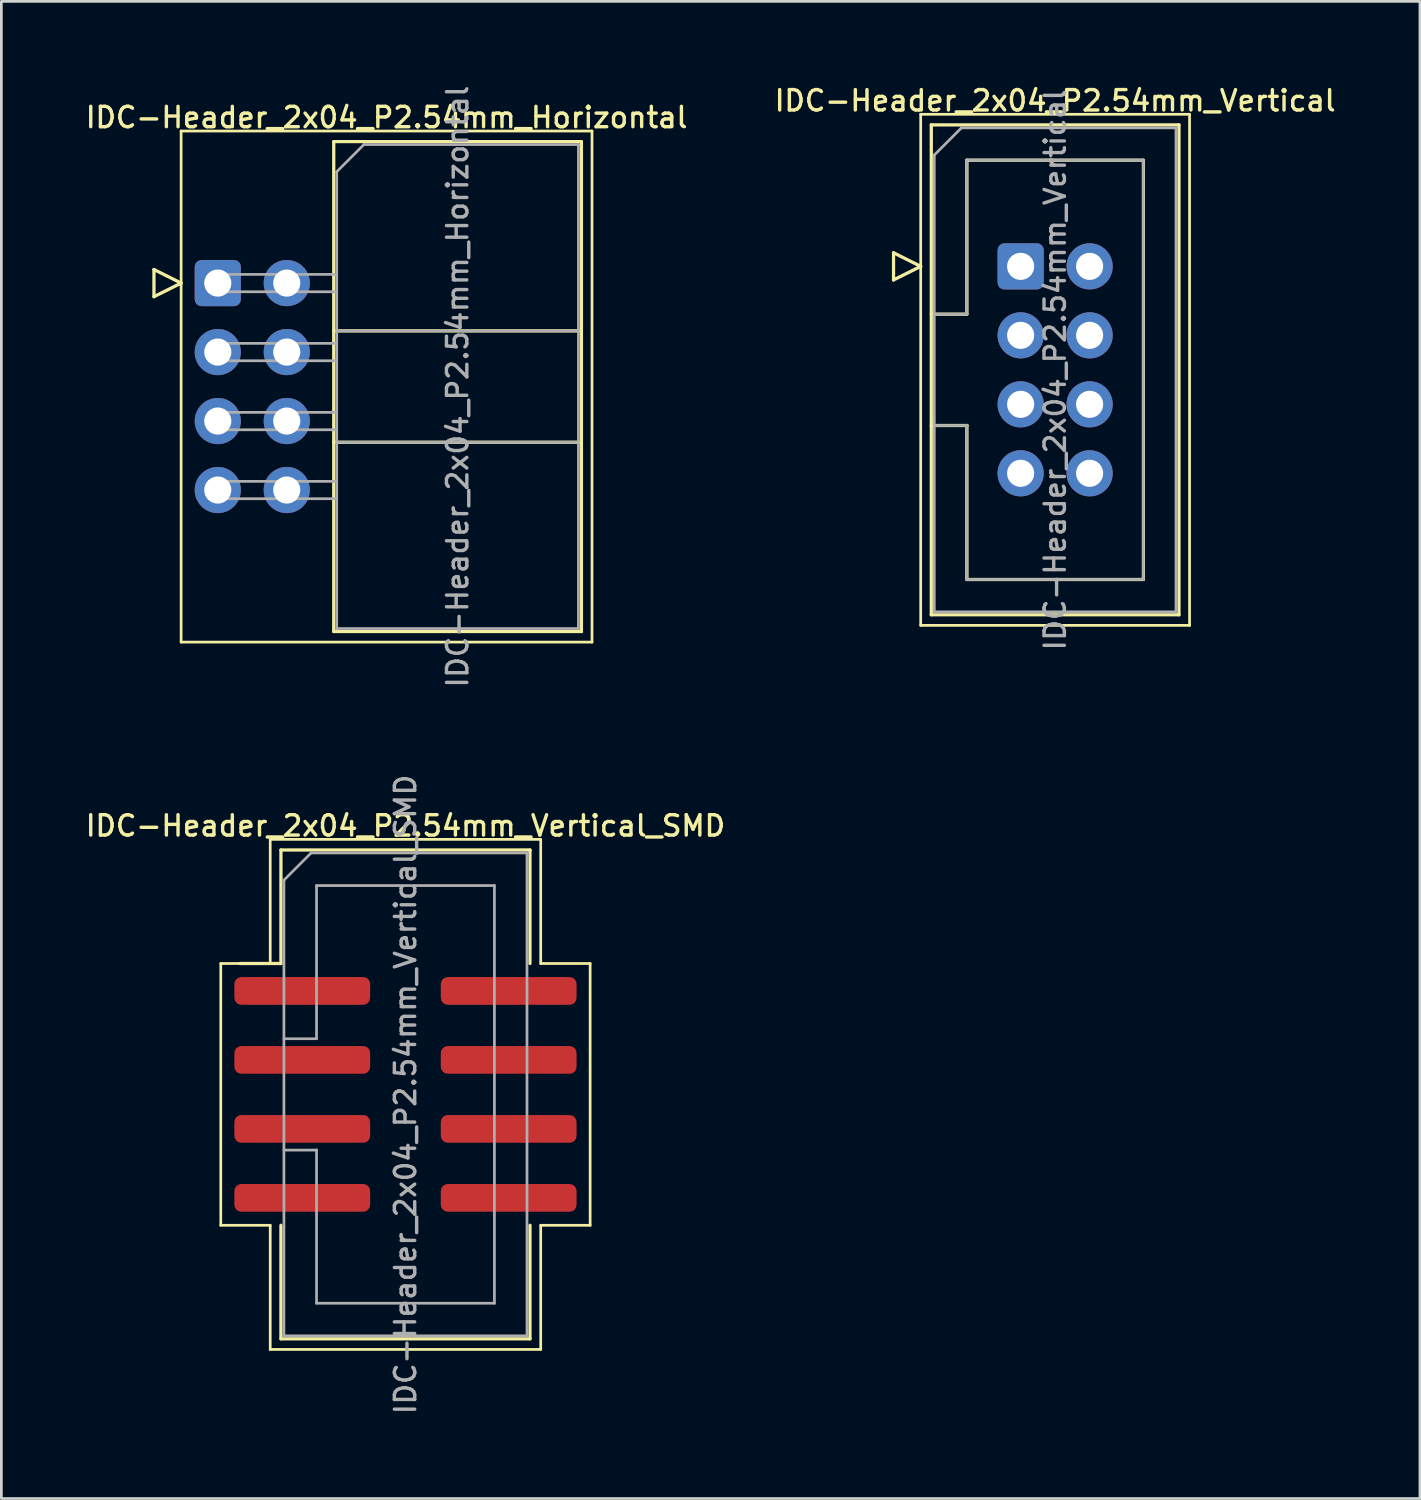
<source format=kicad_pcb>
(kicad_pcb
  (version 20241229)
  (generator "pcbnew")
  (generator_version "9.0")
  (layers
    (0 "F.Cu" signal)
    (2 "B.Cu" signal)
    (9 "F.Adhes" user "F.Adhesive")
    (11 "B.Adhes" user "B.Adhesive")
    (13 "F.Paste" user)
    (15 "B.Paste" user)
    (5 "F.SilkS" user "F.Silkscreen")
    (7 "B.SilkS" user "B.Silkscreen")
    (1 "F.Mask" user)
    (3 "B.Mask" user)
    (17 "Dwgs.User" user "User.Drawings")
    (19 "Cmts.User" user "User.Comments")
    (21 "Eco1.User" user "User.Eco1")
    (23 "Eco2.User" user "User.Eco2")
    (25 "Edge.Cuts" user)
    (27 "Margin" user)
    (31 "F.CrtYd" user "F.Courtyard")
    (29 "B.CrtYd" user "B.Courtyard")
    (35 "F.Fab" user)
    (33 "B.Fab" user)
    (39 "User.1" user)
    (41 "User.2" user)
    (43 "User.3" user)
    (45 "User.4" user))
  (footprint "IDC-Header_2x04_P2.54mm_Vertical_SMD"
    (layer "F.Cu")
    (at 11.88 37.248)
    (property "Reference" "IDC-Header_2x04_P2.54mm_Vertical_SMD" (at 0 -9.89 0) (layer "F.SilkS") (effects (font (size 0.75 0.75) (thickness 0.125))))
    (attr smd)
    (fp_line (start -6.8 -4.82) (end -6.8 4.82) (stroke (width 0.1) (type solid)) (layer "F.SilkS"))
    (fp_line (start -6.8 4.82) (end -4.98 4.82) (stroke (width 0.1) (type solid)) (layer "F.SilkS"))
    (fp_line (start -4.98 -9.39) (end -4.98 -4.82) (stroke (width 0.1) (type solid)) (layer "F.SilkS"))
    (fp_line (start -4.98 -4.82) (end -6.8 -4.82) (stroke (width 0.1) (type solid)) (layer "F.SilkS"))
    (fp_line (start -4.98 4.82) (end -4.98 9.39) (stroke (width 0.1) (type solid)) (layer "F.SilkS"))
    (fp_line (start -4.98 9.39) (end 4.98 9.39) (stroke (width 0.1) (type solid)) (layer "F.SilkS"))
    (fp_line (start -4.585 -9) (end 4.585 -9) (stroke (width 0.12) (type solid)) (layer "F.SilkS"))
    (fp_line (start -4.585 -4.82) (end -6.085 -4.82) (stroke (width 0.12) (type solid)) (layer "F.SilkS"))
    (fp_line (start -4.585 -4.82) (end -4.585 -9) (stroke (width 0.12) (type solid)) (layer "F.SilkS"))
    (fp_line (start -4.585 4.82) (end -4.585 9) (stroke (width 0.12) (type solid)) (layer "F.SilkS"))
    (fp_line (start -4.585 9) (end 4.585 9) (stroke (width 0.12) (type solid)) (layer "F.SilkS"))
    (fp_line (start 4.585 -9) (end 4.585 -4.82) (stroke (width 0.12) (type solid)) (layer "F.SilkS"))
    (fp_line (start 4.585 9) (end 4.585 4.82) (stroke (width 0.12) (type solid)) (layer "F.SilkS"))
    (fp_line (start 4.98 -9.39) (end -4.98 -9.39) (stroke (width 0.1) (type solid)) (layer "F.SilkS"))
    (fp_line (start 4.98 -4.82) (end 4.98 -9.39) (stroke (width 0.1) (type solid)) (layer "F.SilkS"))
    (fp_line (start 4.98 4.82) (end 6.8 4.82) (stroke (width 0.1) (type solid)) (layer "F.SilkS"))
    (fp_line (start 4.98 9.39) (end 4.98 4.82) (stroke (width 0.1) (type solid)) (layer "F.SilkS"))
    (fp_line (start 6.8 -4.82) (end 4.98 -4.82) (stroke (width 0.1) (type solid)) (layer "F.SilkS"))
    (fp_line (start 6.8 4.82) (end 6.8 -4.82) (stroke (width 0.1) (type solid)) (layer "F.SilkS"))
    (fp_line (start -4.475 -7.89) (end -3.475 -8.89) (stroke (width 0.1) (type solid)) (layer "F.Fab"))
    (fp_line (start -4.475 -2.05) (end -3.275 -2.05) (stroke (width 0.1) (type solid)) (layer "F.Fab"))
    (fp_line (start -4.475 8.89) (end -4.475 -7.89) (stroke (width 0.1) (type solid)) (layer "F.Fab"))
    (fp_line (start -3.475 -8.89) (end 4.475 -8.89) (stroke (width 0.1) (type solid)) (layer "F.Fab"))
    (fp_line (start -3.275 -7.69) (end 3.275 -7.69) (stroke (width 0.1) (type solid)) (layer "F.Fab"))
    (fp_line (start -3.275 -2.05) (end -3.275 -7.69) (stroke (width 0.1) (type solid)) (layer "F.Fab"))
    (fp_line (start -3.275 2.05) (end -4.475 2.05) (stroke (width 0.1) (type solid)) (layer "F.Fab"))
    (fp_line (start -3.275 2.05) (end -3.275 2.05) (stroke (width 0.1) (type solid)) (layer "F.Fab"))
    (fp_line (start -3.275 7.69) (end -3.275 2.05) (stroke (width 0.1) (type solid)) (layer "F.Fab"))
    (fp_line (start 3.275 -7.69) (end 3.275 7.69) (stroke (width 0.1) (type solid)) (layer "F.Fab"))
    (fp_line (start 3.275 7.69) (end -3.275 7.69) (stroke (width 0.1) (type solid)) (layer "F.Fab"))
    (fp_line (start 4.475 -8.89) (end 4.475 8.89) (stroke (width 0.1) (type solid)) (layer "F.Fab"))
    (fp_line (start 4.475 8.89) (end -4.475 8.89) (stroke (width 0.1) (type solid)) (layer "F.Fab"))
    (fp_text user "${REFERENCE}" (at 0 0 90) (layer "F.Fab") (effects (font (size 0.75 0.75) (thickness 0.125))))
    (pad "1" smd roundrect (at -3.8 -3.81) (size 5 1.02) (layers "F.Cu" "F.Mask" "F.Paste") (roundrect_rratio 0.25))
    (pad "2" smd roundrect (at 3.8 -3.81) (size 5 1.02) (layers "F.Cu" "F.Mask" "F.Paste") (roundrect_rratio 0.25))
    (pad "3" smd roundrect (at -3.8 -1.27) (size 5 1.02) (layers "F.Cu" "F.Mask" "F.Paste") (roundrect_rratio 0.25))
    (pad "4" smd roundrect (at 3.8 -1.27) (size 5 1.02) (layers "F.Cu" "F.Mask" "F.Paste") (roundrect_rratio 0.25))
    (pad "5" smd roundrect (at -3.8 1.27) (size 5 1.02) (layers "F.Cu" "F.Mask" "F.Paste") (roundrect_rratio 0.25))
    (pad "6" smd roundrect (at 3.8 1.27) (size 5 1.02) (layers "F.Cu" "F.Mask" "F.Paste") (roundrect_rratio 0.25))
    (pad "7" smd roundrect (at -3.8 3.81) (size 5 1.02) (layers "F.Cu" "F.Mask" "F.Paste") (roundrect_rratio 0.25))
    (pad "8" smd roundrect (at 3.8 3.81) (size 5 1.02) (layers "F.Cu" "F.Mask" "F.Paste") (roundrect_rratio 0.25)))
  (footprint "IDC-Header_2x04_P2.54mm_Vertical"
    (layer "F.Cu")
    (at 34.532 6.758)
    (property "Reference" "IDC-Header_2x04_P2.54mm_Vertical" (at 1.27 -6.1 0) (layer "F.SilkS") (effects (font (size 0.75 0.75) (thickness 0.125))))
    (attr through_hole)
    (fp_line (start -4.68 -0.5) (end -4.68 0.5) (stroke (width 0.12) (type solid)) (layer "F.SilkS"))
    (fp_line (start -4.68 0.5) (end -3.68 0) (stroke (width 0.12) (type solid)) (layer "F.SilkS"))
    (fp_line (start -3.68 -5.6) (end -3.68 13.22) (stroke (width 0.1) (type solid)) (layer "F.SilkS"))
    (fp_line (start -3.68 0) (end -4.68 -0.5) (stroke (width 0.12) (type solid)) (layer "F.SilkS"))
    (fp_line (start -3.68 13.22) (end 6.22 13.22) (stroke (width 0.1) (type solid)) (layer "F.SilkS"))
    (fp_line (start -3.29 -5.21) (end 5.83 -5.21) (stroke (width 0.12) (type solid)) (layer "F.SilkS"))
    (fp_line (start -3.29 1.76) (end -1.98 1.76) (stroke (width 0.12) (type solid)) (layer "F.SilkS"))
    (fp_line (start -3.29 12.83) (end -3.29 -5.21) (stroke (width 0.12) (type solid)) (layer "F.SilkS"))
    (fp_line (start -1.98 -3.91) (end 4.52 -3.91) (stroke (width 0.12) (type solid)) (layer "F.SilkS"))
    (fp_line (start -1.98 1.76) (end -1.98 -3.91) (stroke (width 0.12) (type solid)) (layer "F.SilkS"))
    (fp_line (start -1.98 5.86) (end -3.29 5.86) (stroke (width 0.12) (type solid)) (layer "F.SilkS"))
    (fp_line (start -1.98 5.86) (end -1.98 5.86) (stroke (width 0.12) (type solid)) (layer "F.SilkS"))
    (fp_line (start -1.98 11.53) (end -1.98 5.86) (stroke (width 0.12) (type solid)) (layer "F.SilkS"))
    (fp_line (start 4.52 -3.91) (end 4.52 11.53) (stroke (width 0.12) (type solid)) (layer "F.SilkS"))
    (fp_line (start 4.52 11.53) (end -1.98 11.53) (stroke (width 0.12) (type solid)) (layer "F.SilkS"))
    (fp_line (start 5.83 -5.21) (end 5.83 12.83) (stroke (width 0.12) (type solid)) (layer "F.SilkS"))
    (fp_line (start 5.83 12.83) (end -3.29 12.83) (stroke (width 0.12) (type solid)) (layer "F.SilkS"))
    (fp_line (start 6.22 -5.6) (end -3.68 -5.6) (stroke (width 0.1) (type solid)) (layer "F.SilkS"))
    (fp_line (start 6.22 13.22) (end 6.22 -5.6) (stroke (width 0.1) (type solid)) (layer "F.SilkS"))
    (fp_line (start -3.18 -4.1) (end -2.18 -5.1) (stroke (width 0.1) (type solid)) (layer "F.Fab"))
    (fp_line (start -3.18 1.76) (end -1.98 1.76) (stroke (width 0.1) (type solid)) (layer "F.Fab"))
    (fp_line (start -3.18 12.72) (end -3.18 -4.1) (stroke (width 0.1) (type solid)) (layer "F.Fab"))
    (fp_line (start -2.18 -5.1) (end 5.72 -5.1) (stroke (width 0.1) (type solid)) (layer "F.Fab"))
    (fp_line (start -1.98 -3.91) (end 4.52 -3.91) (stroke (width 0.1) (type solid)) (layer "F.Fab"))
    (fp_line (start -1.98 1.76) (end -1.98 -3.91) (stroke (width 0.1) (type solid)) (layer "F.Fab"))
    (fp_line (start -1.98 5.86) (end -3.18 5.86) (stroke (width 0.1) (type solid)) (layer "F.Fab"))
    (fp_line (start -1.98 5.86) (end -1.98 5.86) (stroke (width 0.1) (type solid)) (layer "F.Fab"))
    (fp_line (start -1.98 11.53) (end -1.98 5.86) (stroke (width 0.1) (type solid)) (layer "F.Fab"))
    (fp_line (start 4.52 -3.91) (end 4.52 11.53) (stroke (width 0.1) (type solid)) (layer "F.Fab"))
    (fp_line (start 4.52 11.53) (end -1.98 11.53) (stroke (width 0.1) (type solid)) (layer "F.Fab"))
    (fp_line (start 5.72 -5.1) (end 5.72 12.72) (stroke (width 0.1) (type solid)) (layer "F.Fab"))
    (fp_line (start 5.72 12.72) (end -3.18 12.72) (stroke (width 0.1) (type solid)) (layer "F.Fab"))
    (fp_text user "${REFERENCE}" (at 1.27 3.81 90) (layer "F.Fab") (effects (font (size 0.75 0.75) (thickness 0.125))))
    (pad "1" thru_hole roundrect (at 0 0) (size 1.7 1.7) (drill 1) (layers "*.Cu" "*.Mask") (roundrect_rratio 0.147))
    (pad "2" thru_hole circle (at 2.54 0) (size 1.7 1.7) (drill 1) (layers "*.Cu" "*.Mask"))
    (pad "3" thru_hole circle (at 0 2.54) (size 1.7 1.7) (drill 1) (layers "*.Cu" "*.Mask"))
    (pad "4" thru_hole circle (at 2.54 2.54) (size 1.7 1.7) (drill 1) (layers "*.Cu" "*.Mask"))
    (pad "5" thru_hole circle (at 0 5.08) (size 1.7 1.7) (drill 1) (layers "*.Cu" "*.Mask"))
    (pad "6" thru_hole circle (at 2.54 5.08) (size 1.7 1.7) (drill 1) (layers "*.Cu" "*.Mask"))
    (pad "7" thru_hole circle (at 0 7.62) (size 1.7 1.7) (drill 1) (layers "*.Cu" "*.Mask"))
    (pad "8" thru_hole circle (at 2.54 7.62) (size 1.7 1.7) (drill 1) (layers "*.Cu" "*.Mask")))
  (footprint "IDC-Header_2x04_P2.54mm_Horizontal"
    (layer "F.Cu")
    (at 4.969 7.374)
    (property "Reference" "IDC-Header_2x04_P2.54mm_Horizontal" (at 6.215 -6.1 0) (layer "F.SilkS") (effects (font (size 0.75 0.75) (thickness 0.125))))
    (attr through_hole)
    (fp_line (start -2.35 -0.5) (end -2.35 0.5) (stroke (width 0.12) (type solid)) (layer "F.SilkS"))
    (fp_line (start -2.35 0.5) (end -1.35 0) (stroke (width 0.12) (type solid)) (layer "F.SilkS"))
    (fp_line (start -1.35 -5.6) (end -1.35 13.22) (stroke (width 0.1) (type solid)) (layer "F.SilkS"))
    (fp_line (start -1.35 0) (end -2.35 -0.5) (stroke (width 0.12) (type solid)) (layer "F.SilkS"))
    (fp_line (start -1.35 13.22) (end 13.78 13.22) (stroke (width 0.1) (type solid)) (layer "F.SilkS"))
    (fp_line (start 4.27 -5.21) (end 13.39 -5.21) (stroke (width 0.12) (type solid)) (layer "F.SilkS"))
    (fp_line (start 4.27 1.76) (end 13.39 1.76) (stroke (width 0.12) (type solid)) (layer "F.SilkS"))
    (fp_line (start 4.27 5.86) (end 13.39 5.86) (stroke (width 0.12) (type solid)) (layer "F.SilkS"))
    (fp_line (start 4.27 12.83) (end 4.27 -5.21) (stroke (width 0.12) (type solid)) (layer "F.SilkS"))
    (fp_line (start 13.39 -5.21) (end 13.39 12.83) (stroke (width 0.12) (type solid)) (layer "F.SilkS"))
    (fp_line (start 13.39 12.83) (end 4.27 12.83) (stroke (width 0.12) (type solid)) (layer "F.SilkS"))
    (fp_line (start 13.78 -5.6) (end -1.35 -5.6) (stroke (width 0.1) (type solid)) (layer "F.SilkS"))
    (fp_line (start 13.78 13.22) (end 13.78 -5.6) (stroke (width 0.1) (type solid)) (layer "F.SilkS"))
    (fp_line (start -0.32 -0.32) (end -0.32 0.32) (stroke (width 0.1) (type solid)) (layer "F.Fab"))
    (fp_line (start -0.32 0.32) (end 4.38 0.32) (stroke (width 0.1) (type solid)) (layer "F.Fab"))
    (fp_line (start -0.32 2.22) (end -0.32 2.86) (stroke (width 0.1) (type solid)) (layer "F.Fab"))
    (fp_line (start -0.32 2.86) (end 4.38 2.86) (stroke (width 0.1) (type solid)) (layer "F.Fab"))
    (fp_line (start -0.32 4.76) (end -0.32 5.4) (stroke (width 0.1) (type solid)) (layer "F.Fab"))
    (fp_line (start -0.32 5.4) (end 4.38 5.4) (stroke (width 0.1) (type solid)) (layer "F.Fab"))
    (fp_line (start -0.32 7.3) (end -0.32 7.94) (stroke (width 0.1) (type solid)) (layer "F.Fab"))
    (fp_line (start -0.32 7.94) (end 4.38 7.94) (stroke (width 0.1) (type solid)) (layer "F.Fab"))
    (fp_line (start 4.38 -4.1) (end 5.38 -5.1) (stroke (width 0.1) (type solid)) (layer "F.Fab"))
    (fp_line (start 4.38 -0.32) (end -0.32 -0.32) (stroke (width 0.1) (type solid)) (layer "F.Fab"))
    (fp_line (start 4.38 1.76) (end 13.28 1.76) (stroke (width 0.1) (type solid)) (layer "F.Fab"))
    (fp_line (start 4.38 2.22) (end -0.32 2.22) (stroke (width 0.1) (type solid)) (layer "F.Fab"))
    (fp_line (start 4.38 4.76) (end -0.32 4.76) (stroke (width 0.1) (type solid)) (layer "F.Fab"))
    (fp_line (start 4.38 5.86) (end 13.28 5.86) (stroke (width 0.1) (type solid)) (layer "F.Fab"))
    (fp_line (start 4.38 7.3) (end -0.32 7.3) (stroke (width 0.1) (type solid)) (layer "F.Fab"))
    (fp_line (start 4.38 12.72) (end 4.38 -4.1) (stroke (width 0.1) (type solid)) (layer "F.Fab"))
    (fp_line (start 5.38 -5.1) (end 13.28 -5.1) (stroke (width 0.1) (type solid)) (layer "F.Fab"))
    (fp_line (start 13.28 -5.1) (end 13.28 12.72) (stroke (width 0.1) (type solid)) (layer "F.Fab"))
    (fp_line (start 13.28 12.72) (end 4.38 12.72) (stroke (width 0.1) (type solid)) (layer "F.Fab"))
    (fp_text user "${REFERENCE}" (at 8.83 3.81 90) (layer "F.Fab") (effects (font (size 0.75 0.75) (thickness 0.125))))
    (pad "1" thru_hole roundrect (at 0 0) (size 1.7 1.7) (drill 1) (layers "*.Cu" "*.Mask") (roundrect_rratio 0.147))
    (pad "2" thru_hole circle (at 2.54 0) (size 1.7 1.7) (drill 1) (layers "*.Cu" "*.Mask"))
    (pad "3" thru_hole circle (at 0 2.54) (size 1.7 1.7) (drill 1) (layers "*.Cu" "*.Mask"))
    (pad "4" thru_hole circle (at 2.54 2.54) (size 1.7 1.7) (drill 1) (layers "*.Cu" "*.Mask"))
    (pad "5" thru_hole circle (at 0 5.08) (size 1.7 1.7) (drill 1) (layers "*.Cu" "*.Mask"))
    (pad "6" thru_hole circle (at 2.54 5.08) (size 1.7 1.7) (drill 1) (layers "*.Cu" "*.Mask"))
    (pad "7" thru_hole circle (at 0 7.62) (size 1.7 1.7) (drill 1) (layers "*.Cu" "*.Mask"))
    (pad "8" thru_hole circle (at 2.54 7.62) (size 1.7 1.7) (drill 1) (layers "*.Cu" "*.Mask")))
  (gr_rect
    (start -3 -3)
    (end 49.236 52.129)
    (stroke (width 0.1) (type default))
    (fill no)
    (layer "Edge.Cuts")))
</source>
